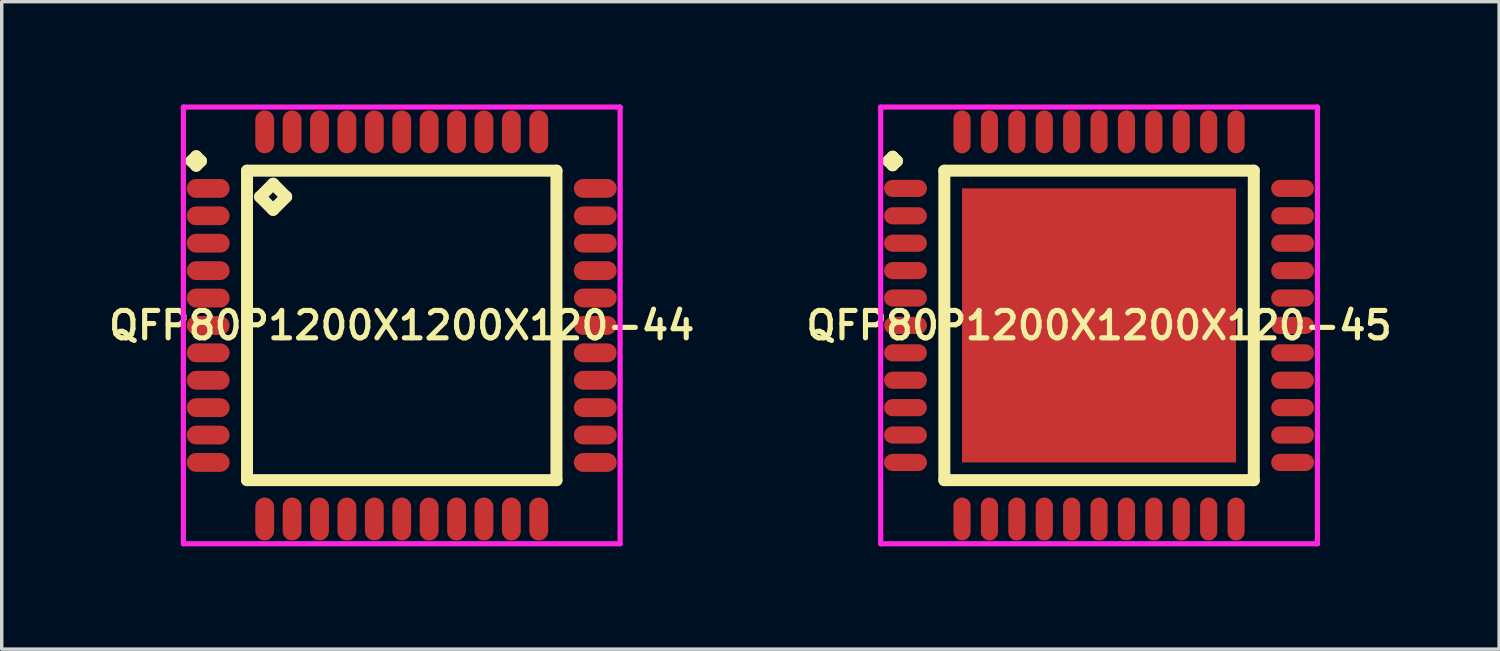
<source format=kicad_pcb>
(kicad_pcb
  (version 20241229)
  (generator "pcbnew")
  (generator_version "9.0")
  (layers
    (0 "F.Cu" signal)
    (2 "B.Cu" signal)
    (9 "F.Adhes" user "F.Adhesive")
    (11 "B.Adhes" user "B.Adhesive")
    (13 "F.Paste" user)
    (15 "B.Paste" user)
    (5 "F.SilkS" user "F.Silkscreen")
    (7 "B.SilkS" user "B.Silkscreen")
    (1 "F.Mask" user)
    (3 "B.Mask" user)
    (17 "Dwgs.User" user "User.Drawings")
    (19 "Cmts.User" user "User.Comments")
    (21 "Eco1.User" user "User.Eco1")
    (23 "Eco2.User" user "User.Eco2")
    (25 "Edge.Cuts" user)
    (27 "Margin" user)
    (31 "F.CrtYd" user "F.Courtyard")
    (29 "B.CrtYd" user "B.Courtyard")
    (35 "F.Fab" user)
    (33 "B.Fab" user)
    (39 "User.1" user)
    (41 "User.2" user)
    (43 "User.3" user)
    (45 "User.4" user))
  (footprint "QFP80P1200X1200X120-45"
    (layer "F.Cu")
    (at 29.035 6.45)
    (property "Reference" "QFP80P1200X1200X120-45" (at 0 0 0) (layer "F.SilkS") (effects (font (size 0.8 0.8) (thickness 0.15))))
    (attr smd)
    (fp_line (start -6.15 -4.8) (end -6.025 -4.925) (stroke (width 0.35) (type solid)) (layer "F.SilkS"))
    (fp_line (start -6.025 -4.925) (end -5.9 -4.8) (stroke (width 0.35) (type solid)) (layer "F.SilkS"))
    (fp_line (start -6.025 -4.675) (end -6.15 -4.8) (stroke (width 0.35) (type solid)) (layer "F.SilkS"))
    (fp_line (start -5.9 -4.8) (end -6.025 -4.675) (stroke (width 0.35) (type solid)) (layer "F.SilkS"))
    (fp_line (start -4.517 -4.517) (end -4.517 4.517) (stroke (width 0.35) (type solid)) (layer "F.SilkS"))
    (fp_line (start -4.517 4.517) (end 4.517 4.517) (stroke (width 0.35) (type solid)) (layer "F.SilkS"))
    (fp_line (start 4.517 -4.517) (end -4.517 -4.517) (stroke (width 0.35) (type solid)) (layer "F.SilkS"))
    (fp_line (start 4.517 4.517) (end 4.517 -4.517) (stroke (width 0.35) (type solid)) (layer "F.SilkS"))
    (fp_line (start -6.375 -6.375) (end 6.375 -6.375) (stroke (width 0.15) (type solid)) (layer "F.CrtYd"))
    (fp_line (start -6.375 6.375) (end -6.375 -6.375) (stroke (width 0.15) (type solid)) (layer "F.CrtYd"))
    (fp_line (start 6.375 -6.375) (end 6.375 6.375) (stroke (width 0.15) (type solid)) (layer "F.CrtYd"))
    (fp_line (start 6.375 6.375) (end -6.375 6.375) (stroke (width 0.15) (type solid)) (layer "F.CrtYd"))
    (pad "1" smd oval (at -5.65 -4) (size 1.25 0.5) (layers "F.Cu" "F.Mask" "F.Paste"))
    (pad "2" smd oval (at -5.65 -3.2) (size 1.25 0.5) (layers "F.Cu" "F.Mask" "F.Paste"))
    (pad "3" smd oval (at -5.65 -2.4) (size 1.25 0.5) (layers "F.Cu" "F.Mask" "F.Paste"))
    (pad "4" smd oval (at -5.65 -1.6) (size 1.25 0.5) (layers "F.Cu" "F.Mask" "F.Paste"))
    (pad "5" smd oval (at -5.65 -0.8) (size 1.25 0.5) (layers "F.Cu" "F.Mask" "F.Paste"))
    (pad "6" smd oval (at -5.65 0) (size 1.25 0.5) (layers "F.Cu" "F.Mask" "F.Paste"))
    (pad "7" smd oval (at -5.65 0.8) (size 1.25 0.5) (layers "F.Cu" "F.Mask" "F.Paste"))
    (pad "8" smd oval (at -5.65 1.6) (size 1.25 0.5) (layers "F.Cu" "F.Mask" "F.Paste"))
    (pad "9" smd oval (at -5.65 2.4) (size 1.25 0.5) (layers "F.Cu" "F.Mask" "F.Paste"))
    (pad "10" smd oval (at -5.65 3.2) (size 1.25 0.5) (layers "F.Cu" "F.Mask" "F.Paste"))
    (pad "11" smd oval (at -5.65 4) (size 1.25 0.5) (layers "F.Cu" "F.Mask" "F.Paste"))
    (pad "12" smd oval (at -4 5.65) (size 0.5 1.25) (layers "F.Cu" "F.Mask" "F.Paste"))
    (pad "13" smd oval (at -3.2 5.65) (size 0.5 1.25) (layers "F.Cu" "F.Mask" "F.Paste"))
    (pad "14" smd oval (at -2.4 5.65) (size 0.5 1.25) (layers "F.Cu" "F.Mask" "F.Paste"))
    (pad "15" smd oval (at -1.6 5.65) (size 0.5 1.25) (layers "F.Cu" "F.Mask" "F.Paste"))
    (pad "16" smd oval (at -0.8 5.65) (size 0.5 1.25) (layers "F.Cu" "F.Mask" "F.Paste"))
    (pad "17" smd oval (at 0 5.65) (size 0.5 1.25) (layers "F.Cu" "F.Mask" "F.Paste"))
    (pad "18" smd oval (at 0.8 5.65) (size 0.5 1.25) (layers "F.Cu" "F.Mask" "F.Paste"))
    (pad "19" smd oval (at 1.6 5.65) (size 0.5 1.25) (layers "F.Cu" "F.Mask" "F.Paste"))
    (pad "20" smd oval (at 2.4 5.65) (size 0.5 1.25) (layers "F.Cu" "F.Mask" "F.Paste"))
    (pad "21" smd oval (at 3.2 5.65) (size 0.5 1.25) (layers "F.Cu" "F.Mask" "F.Paste"))
    (pad "22" smd oval (at 4 5.65) (size 0.5 1.25) (layers "F.Cu" "F.Mask" "F.Paste"))
    (pad "23" smd oval (at 5.65 4) (size 1.25 0.5) (layers "F.Cu" "F.Mask" "F.Paste"))
    (pad "24" smd oval (at 5.65 3.2) (size 1.25 0.5) (layers "F.Cu" "F.Mask" "F.Paste"))
    (pad "25" smd oval (at 5.65 2.4) (size 1.25 0.5) (layers "F.Cu" "F.Mask" "F.Paste"))
    (pad "26" smd oval (at 5.65 1.6) (size 1.25 0.5) (layers "F.Cu" "F.Mask" "F.Paste"))
    (pad "27" smd oval (at 5.65 0.8) (size 1.25 0.5) (layers "F.Cu" "F.Mask" "F.Paste"))
    (pad "28" smd oval (at 5.65 0) (size 1.25 0.5) (layers "F.Cu" "F.Mask" "F.Paste"))
    (pad "29" smd oval (at 5.65 -0.8) (size 1.25 0.5) (layers "F.Cu" "F.Mask" "F.Paste"))
    (pad "30" smd oval (at 5.65 -1.6) (size 1.25 0.5) (layers "F.Cu" "F.Mask" "F.Paste"))
    (pad "31" smd oval (at 5.65 -2.4) (size 1.25 0.5) (layers "F.Cu" "F.Mask" "F.Paste"))
    (pad "32" smd oval (at 5.65 -3.2) (size 1.25 0.5) (layers "F.Cu" "F.Mask" "F.Paste"))
    (pad "33" smd oval (at 5.65 -4) (size 1.25 0.5) (layers "F.Cu" "F.Mask" "F.Paste"))
    (pad "34" smd oval (at 4 -5.65) (size 0.5 1.25) (layers "F.Cu" "F.Mask" "F.Paste"))
    (pad "35" smd oval (at 3.2 -5.65) (size 0.5 1.25) (layers "F.Cu" "F.Mask" "F.Paste"))
    (pad "36" smd oval (at 2.4 -5.65) (size 0.5 1.25) (layers "F.Cu" "F.Mask" "F.Paste"))
    (pad "37" smd oval (at 1.6 -5.65) (size 0.5 1.25) (layers "F.Cu" "F.Mask" "F.Paste"))
    (pad "38" smd oval (at 0.8 -5.65) (size 0.5 1.25) (layers "F.Cu" "F.Mask" "F.Paste"))
    (pad "39" smd oval (at 0 -5.65) (size 0.5 1.25) (layers "F.Cu" "F.Mask" "F.Paste"))
    (pad "40" smd oval (at -0.8 -5.65) (size 0.5 1.25) (layers "F.Cu" "F.Mask" "F.Paste"))
    (pad "41" smd oval (at -1.6 -5.65) (size 0.5 1.25) (layers "F.Cu" "F.Mask" "F.Paste"))
    (pad "42" smd oval (at -2.4 -5.65) (size 0.5 1.25) (layers "F.Cu" "F.Mask" "F.Paste"))
    (pad "43" smd oval (at -3.2 -5.65) (size 0.5 1.25) (layers "F.Cu" "F.Mask" "F.Paste"))
    (pad "44" smd oval (at -4 -5.65) (size 0.5 1.25) (layers "F.Cu" "F.Mask" "F.Paste"))
    (pad "45" smd rect (at 0 0) (size 8 8) (layers "F.Cu" "F.Mask" "F.Paste")))
  (footprint "QFP80P1200X1200X120-44"
    (layer "F.Cu")
    (at 8.678 6.45)
    (property "Reference" "QFP80P1200X1200X120-44" (at 0 0 0) (layer "F.SilkS") (effects (font (size 0.8 0.8) (thickness 0.15))))
    (attr smd)
    (fp_line (start -6.138 -4.8) (end -6 -4.938) (stroke (width 0.35) (type solid)) (layer "F.SilkS"))
    (fp_line (start -6 -4.938) (end -5.862 -4.8) (stroke (width 0.35) (type solid)) (layer "F.SilkS"))
    (fp_line (start -6 -4.662) (end -6.138 -4.8) (stroke (width 0.35) (type solid)) (layer "F.SilkS"))
    (fp_line (start -5.862 -4.8) (end -6 -4.662) (stroke (width 0.35) (type solid)) (layer "F.SilkS"))
    (fp_line (start -4.517 -4.517) (end -4.517 4.517) (stroke (width 0.35) (type solid)) (layer "F.SilkS"))
    (fp_line (start -4.517 4.517) (end 4.517 4.517) (stroke (width 0.35) (type solid)) (layer "F.SilkS"))
    (fp_line (start -4.136 -3.755) (end -3.755 -4.136) (stroke (width 0.35) (type solid)) (layer "F.SilkS"))
    (fp_line (start -3.755 -4.136) (end -3.374 -3.755) (stroke (width 0.35) (type solid)) (layer "F.SilkS"))
    (fp_line (start -3.755 -3.374) (end -4.136 -3.755) (stroke (width 0.35) (type solid)) (layer "F.SilkS"))
    (fp_line (start -3.374 -3.755) (end -3.755 -3.374) (stroke (width 0.35) (type solid)) (layer "F.SilkS"))
    (fp_line (start 4.517 -4.517) (end -4.517 -4.517) (stroke (width 0.35) (type solid)) (layer "F.SilkS"))
    (fp_line (start 4.517 4.517) (end 4.517 -4.517) (stroke (width 0.35) (type solid)) (layer "F.SilkS"))
    (fp_line (start -6.375 -6.375) (end 6.375 -6.375) (stroke (width 0.15) (type solid)) (layer "F.CrtYd"))
    (fp_line (start -6.375 6.375) (end -6.375 -6.375) (stroke (width 0.15) (type solid)) (layer "F.CrtYd"))
    (fp_line (start 6.375 -6.375) (end 6.375 6.375) (stroke (width 0.15) (type solid)) (layer "F.CrtYd"))
    (fp_line (start 6.375 6.375) (end -6.375 6.375) (stroke (width 0.15) (type solid)) (layer "F.CrtYd"))
    (pad "1" smd oval (at -5.65 -4) (size 1.25 0.55) (layers "F.Cu" "F.Mask" "F.Paste"))
    (pad "2" smd oval (at -5.65 -3.2) (size 1.25 0.55) (layers "F.Cu" "F.Mask" "F.Paste"))
    (pad "3" smd oval (at -5.65 -2.4) (size 1.25 0.55) (layers "F.Cu" "F.Mask" "F.Paste"))
    (pad "4" smd oval (at -5.65 -1.6) (size 1.25 0.55) (layers "F.Cu" "F.Mask" "F.Paste"))
    (pad "5" smd oval (at -5.65 -0.8) (size 1.25 0.55) (layers "F.Cu" "F.Mask" "F.Paste"))
    (pad "6" smd oval (at -5.65 0) (size 1.25 0.55) (layers "F.Cu" "F.Mask" "F.Paste"))
    (pad "7" smd oval (at -5.65 0.8) (size 1.25 0.55) (layers "F.Cu" "F.Mask" "F.Paste"))
    (pad "8" smd oval (at -5.65 1.6) (size 1.25 0.55) (layers "F.Cu" "F.Mask" "F.Paste"))
    (pad "9" smd oval (at -5.65 2.4) (size 1.25 0.55) (layers "F.Cu" "F.Mask" "F.Paste"))
    (pad "10" smd oval (at -5.65 3.2) (size 1.25 0.55) (layers "F.Cu" "F.Mask" "F.Paste"))
    (pad "11" smd oval (at -5.65 4) (size 1.25 0.55) (layers "F.Cu" "F.Mask" "F.Paste"))
    (pad "12" smd oval (at -4 5.65) (size 0.55 1.25) (layers "F.Cu" "F.Mask" "F.Paste"))
    (pad "13" smd oval (at -3.2 5.65) (size 0.55 1.25) (layers "F.Cu" "F.Mask" "F.Paste"))
    (pad "14" smd oval (at -2.4 5.65) (size 0.55 1.25) (layers "F.Cu" "F.Mask" "F.Paste"))
    (pad "15" smd oval (at -1.6 5.65) (size 0.55 1.25) (layers "F.Cu" "F.Mask" "F.Paste"))
    (pad "16" smd oval (at -0.8 5.65) (size 0.55 1.25) (layers "F.Cu" "F.Mask" "F.Paste"))
    (pad "17" smd oval (at 0 5.65) (size 0.55 1.25) (layers "F.Cu" "F.Mask" "F.Paste"))
    (pad "18" smd oval (at 0.8 5.65) (size 0.55 1.25) (layers "F.Cu" "F.Mask" "F.Paste"))
    (pad "19" smd oval (at 1.6 5.65) (size 0.55 1.25) (layers "F.Cu" "F.Mask" "F.Paste"))
    (pad "20" smd oval (at 2.4 5.65) (size 0.55 1.25) (layers "F.Cu" "F.Mask" "F.Paste"))
    (pad "21" smd oval (at 3.2 5.65) (size 0.55 1.25) (layers "F.Cu" "F.Mask" "F.Paste"))
    (pad "22" smd oval (at 4 5.65) (size 0.55 1.25) (layers "F.Cu" "F.Mask" "F.Paste"))
    (pad "23" smd oval (at 5.65 4) (size 1.25 0.55) (layers "F.Cu" "F.Mask" "F.Paste"))
    (pad "24" smd oval (at 5.65 3.2) (size 1.25 0.55) (layers "F.Cu" "F.Mask" "F.Paste"))
    (pad "25" smd oval (at 5.65 2.4) (size 1.25 0.55) (layers "F.Cu" "F.Mask" "F.Paste"))
    (pad "26" smd oval (at 5.65 1.6) (size 1.25 0.55) (layers "F.Cu" "F.Mask" "F.Paste"))
    (pad "27" smd oval (at 5.65 0.8) (size 1.25 0.55) (layers "F.Cu" "F.Mask" "F.Paste"))
    (pad "28" smd oval (at 5.65 0) (size 1.25 0.55) (layers "F.Cu" "F.Mask" "F.Paste"))
    (pad "29" smd oval (at 5.65 -0.8) (size 1.25 0.55) (layers "F.Cu" "F.Mask" "F.Paste"))
    (pad "30" smd oval (at 5.65 -1.6) (size 1.25 0.55) (layers "F.Cu" "F.Mask" "F.Paste"))
    (pad "31" smd oval (at 5.65 -2.4) (size 1.25 0.55) (layers "F.Cu" "F.Mask" "F.Paste"))
    (pad "32" smd oval (at 5.65 -3.2) (size 1.25 0.55) (layers "F.Cu" "F.Mask" "F.Paste"))
    (pad "33" smd oval (at 5.65 -4) (size 1.25 0.55) (layers "F.Cu" "F.Mask" "F.Paste"))
    (pad "34" smd oval (at 4 -5.65) (size 0.55 1.25) (layers "F.Cu" "F.Mask" "F.Paste"))
    (pad "35" smd oval (at 3.2 -5.65) (size 0.55 1.25) (layers "F.Cu" "F.Mask" "F.Paste"))
    (pad "36" smd oval (at 2.4 -5.65) (size 0.55 1.25) (layers "F.Cu" "F.Mask" "F.Paste"))
    (pad "37" smd oval (at 1.6 -5.65) (size 0.55 1.25) (layers "F.Cu" "F.Mask" "F.Paste"))
    (pad "38" smd oval (at 0.8 -5.65) (size 0.55 1.25) (layers "F.Cu" "F.Mask" "F.Paste"))
    (pad "39" smd oval (at 0 -5.65) (size 0.55 1.25) (layers "F.Cu" "F.Mask" "F.Paste"))
    (pad "40" smd oval (at -0.8 -5.65) (size 0.55 1.25) (layers "F.Cu" "F.Mask" "F.Paste"))
    (pad "41" smd oval (at -1.6 -5.65) (size 0.55 1.25) (layers "F.Cu" "F.Mask" "F.Paste"))
    (pad "42" smd oval (at -2.4 -5.65) (size 0.55 1.25) (layers "F.Cu" "F.Mask" "F.Paste"))
    (pad "43" smd oval (at -3.2 -5.65) (size 0.55 1.25) (layers "F.Cu" "F.Mask" "F.Paste"))
    (pad "44" smd oval (at -4 -5.65) (size 0.55 1.25) (layers "F.Cu" "F.Mask" "F.Paste")))
  (gr_rect
    (start -3 -3)
    (end 40.713 15.9)
    (stroke (width 0.1) (type default))
    (fill no)
    (layer "Edge.Cuts")))
</source>
